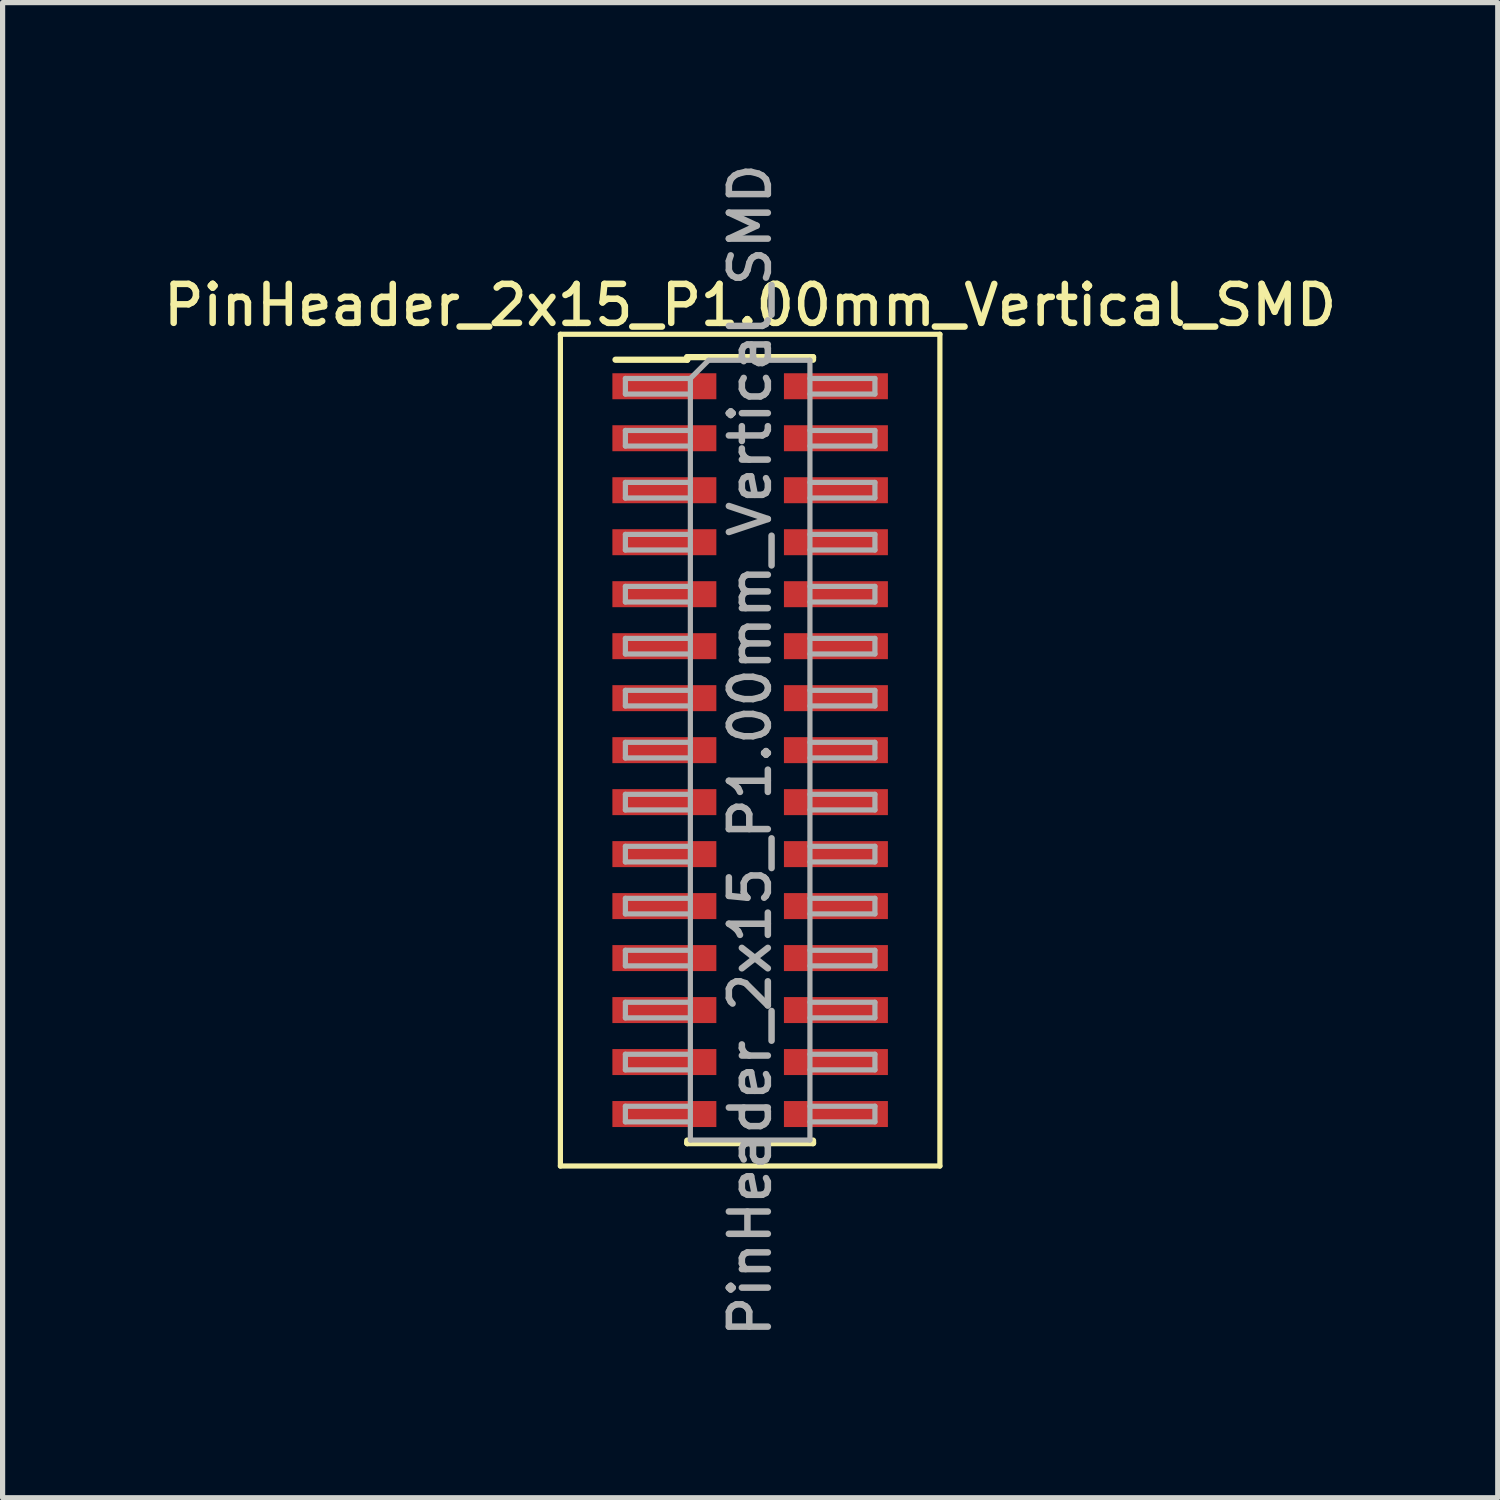
<source format=kicad_pcb>
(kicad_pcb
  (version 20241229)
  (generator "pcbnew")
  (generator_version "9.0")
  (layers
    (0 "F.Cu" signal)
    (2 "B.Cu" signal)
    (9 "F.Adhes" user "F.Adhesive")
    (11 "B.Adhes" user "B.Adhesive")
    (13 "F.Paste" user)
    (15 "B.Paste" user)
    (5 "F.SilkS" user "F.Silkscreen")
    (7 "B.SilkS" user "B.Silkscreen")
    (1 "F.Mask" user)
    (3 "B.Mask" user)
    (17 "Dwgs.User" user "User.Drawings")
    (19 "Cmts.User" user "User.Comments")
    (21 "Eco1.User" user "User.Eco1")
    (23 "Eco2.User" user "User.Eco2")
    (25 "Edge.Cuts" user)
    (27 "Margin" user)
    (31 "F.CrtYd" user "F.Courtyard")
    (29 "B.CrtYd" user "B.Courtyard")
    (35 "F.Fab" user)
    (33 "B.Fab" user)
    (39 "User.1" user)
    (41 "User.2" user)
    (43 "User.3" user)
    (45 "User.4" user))
  (footprint "PinHeader_2x15_P1.00mm_Vertical_SMD"
    (layer "F.Cu")
    (at 11.38 11.38)
    (property "Reference" "PinHeader_2x15_P1.00mm_Vertical_SMD" (at 0 -8.56 0) (layer "F.SilkS") (effects (font (size 0.75 0.75) (thickness 0.125))))
    (attr smd)
    (fp_line (start -3.65 -8) (end -3.65 8) (stroke (width 0.1) (type solid)) (layer "F.SilkS"))
    (fp_line (start -3.65 8) (end 3.65 8) (stroke (width 0.1) (type solid)) (layer "F.SilkS"))
    (fp_line (start -2.59 -7.51) (end -1.21 -7.51) (stroke (width 0.12) (type solid)) (layer "F.SilkS"))
    (fp_line (start -1.21 -7.56) (end -1.21 -7.51) (stroke (width 0.12) (type solid)) (layer "F.SilkS"))
    (fp_line (start -1.21 -7.56) (end 1.21 -7.56) (stroke (width 0.12) (type solid)) (layer "F.SilkS"))
    (fp_line (start -1.21 7.51) (end -1.21 7.56) (stroke (width 0.12) (type solid)) (layer "F.SilkS"))
    (fp_line (start -1.21 7.56) (end 1.21 7.56) (stroke (width 0.12) (type solid)) (layer "F.SilkS"))
    (fp_line (start 1.21 -7.56) (end 1.21 -7.51) (stroke (width 0.12) (type solid)) (layer "F.SilkS"))
    (fp_line (start 1.21 7.51) (end 1.21 7.56) (stroke (width 0.12) (type solid)) (layer "F.SilkS"))
    (fp_line (start 3.65 -8) (end -3.65 -8) (stroke (width 0.1) (type solid)) (layer "F.SilkS"))
    (fp_line (start 3.65 8) (end 3.65 -8) (stroke (width 0.1) (type solid)) (layer "F.SilkS"))
    (fp_line (start -2.4 -7.15) (end -2.4 -6.85) (stroke (width 0.1) (type solid)) (layer "F.Fab"))
    (fp_line (start -2.4 -6.85) (end -1.15 -6.85) (stroke (width 0.1) (type solid)) (layer "F.Fab"))
    (fp_line (start -2.4 -6.15) (end -2.4 -5.85) (stroke (width 0.1) (type solid)) (layer "F.Fab"))
    (fp_line (start -2.4 -5.85) (end -1.15 -5.85) (stroke (width 0.1) (type solid)) (layer "F.Fab"))
    (fp_line (start -2.4 -5.15) (end -2.4 -4.85) (stroke (width 0.1) (type solid)) (layer "F.Fab"))
    (fp_line (start -2.4 -4.85) (end -1.15 -4.85) (stroke (width 0.1) (type solid)) (layer "F.Fab"))
    (fp_line (start -2.4 -4.15) (end -2.4 -3.85) (stroke (width 0.1) (type solid)) (layer "F.Fab"))
    (fp_line (start -2.4 -3.85) (end -1.15 -3.85) (stroke (width 0.1) (type solid)) (layer "F.Fab"))
    (fp_line (start -2.4 -3.15) (end -2.4 -2.85) (stroke (width 0.1) (type solid)) (layer "F.Fab"))
    (fp_line (start -2.4 -2.85) (end -1.15 -2.85) (stroke (width 0.1) (type solid)) (layer "F.Fab"))
    (fp_line (start -2.4 -2.15) (end -2.4 -1.85) (stroke (width 0.1) (type solid)) (layer "F.Fab"))
    (fp_line (start -2.4 -1.85) (end -1.15 -1.85) (stroke (width 0.1) (type solid)) (layer "F.Fab"))
    (fp_line (start -2.4 -1.15) (end -2.4 -0.85) (stroke (width 0.1) (type solid)) (layer "F.Fab"))
    (fp_line (start -2.4 -0.85) (end -1.15 -0.85) (stroke (width 0.1) (type solid)) (layer "F.Fab"))
    (fp_line (start -2.4 -0.15) (end -2.4 0.15) (stroke (width 0.1) (type solid)) (layer "F.Fab"))
    (fp_line (start -2.4 0.15) (end -1.15 0.15) (stroke (width 0.1) (type solid)) (layer "F.Fab"))
    (fp_line (start -2.4 0.85) (end -2.4 1.15) (stroke (width 0.1) (type solid)) (layer "F.Fab"))
    (fp_line (start -2.4 1.15) (end -1.15 1.15) (stroke (width 0.1) (type solid)) (layer "F.Fab"))
    (fp_line (start -2.4 1.85) (end -2.4 2.15) (stroke (width 0.1) (type solid)) (layer "F.Fab"))
    (fp_line (start -2.4 2.15) (end -1.15 2.15) (stroke (width 0.1) (type solid)) (layer "F.Fab"))
    (fp_line (start -2.4 2.85) (end -2.4 3.15) (stroke (width 0.1) (type solid)) (layer "F.Fab"))
    (fp_line (start -2.4 3.15) (end -1.15 3.15) (stroke (width 0.1) (type solid)) (layer "F.Fab"))
    (fp_line (start -2.4 3.85) (end -2.4 4.15) (stroke (width 0.1) (type solid)) (layer "F.Fab"))
    (fp_line (start -2.4 4.15) (end -1.15 4.15) (stroke (width 0.1) (type solid)) (layer "F.Fab"))
    (fp_line (start -2.4 4.85) (end -2.4 5.15) (stroke (width 0.1) (type solid)) (layer "F.Fab"))
    (fp_line (start -2.4 5.15) (end -1.15 5.15) (stroke (width 0.1) (type solid)) (layer "F.Fab"))
    (fp_line (start -2.4 5.85) (end -2.4 6.15) (stroke (width 0.1) (type solid)) (layer "F.Fab"))
    (fp_line (start -2.4 6.15) (end -1.15 6.15) (stroke (width 0.1) (type solid)) (layer "F.Fab"))
    (fp_line (start -2.4 6.85) (end -2.4 7.15) (stroke (width 0.1) (type solid)) (layer "F.Fab"))
    (fp_line (start -2.4 7.15) (end -1.15 7.15) (stroke (width 0.1) (type solid)) (layer "F.Fab"))
    (fp_line (start -1.15 -7.15) (end -2.4 -7.15) (stroke (width 0.1) (type solid)) (layer "F.Fab"))
    (fp_line (start -1.15 -7.15) (end -0.8 -7.5) (stroke (width 0.1) (type solid)) (layer "F.Fab"))
    (fp_line (start -1.15 -6.15) (end -2.4 -6.15) (stroke (width 0.1) (type solid)) (layer "F.Fab"))
    (fp_line (start -1.15 -5.15) (end -2.4 -5.15) (stroke (width 0.1) (type solid)) (layer "F.Fab"))
    (fp_line (start -1.15 -4.15) (end -2.4 -4.15) (stroke (width 0.1) (type solid)) (layer "F.Fab"))
    (fp_line (start -1.15 -3.15) (end -2.4 -3.15) (stroke (width 0.1) (type solid)) (layer "F.Fab"))
    (fp_line (start -1.15 -2.15) (end -2.4 -2.15) (stroke (width 0.1) (type solid)) (layer "F.Fab"))
    (fp_line (start -1.15 -1.15) (end -2.4 -1.15) (stroke (width 0.1) (type solid)) (layer "F.Fab"))
    (fp_line (start -1.15 -0.15) (end -2.4 -0.15) (stroke (width 0.1) (type solid)) (layer "F.Fab"))
    (fp_line (start -1.15 0.85) (end -2.4 0.85) (stroke (width 0.1) (type solid)) (layer "F.Fab"))
    (fp_line (start -1.15 1.85) (end -2.4 1.85) (stroke (width 0.1) (type solid)) (layer "F.Fab"))
    (fp_line (start -1.15 2.85) (end -2.4 2.85) (stroke (width 0.1) (type solid)) (layer "F.Fab"))
    (fp_line (start -1.15 3.85) (end -2.4 3.85) (stroke (width 0.1) (type solid)) (layer "F.Fab"))
    (fp_line (start -1.15 4.85) (end -2.4 4.85) (stroke (width 0.1) (type solid)) (layer "F.Fab"))
    (fp_line (start -1.15 5.85) (end -2.4 5.85) (stroke (width 0.1) (type solid)) (layer "F.Fab"))
    (fp_line (start -1.15 6.85) (end -2.4 6.85) (stroke (width 0.1) (type solid)) (layer "F.Fab"))
    (fp_line (start -1.15 7.5) (end -1.15 -7.15) (stroke (width 0.1) (type solid)) (layer "F.Fab"))
    (fp_line (start -0.8 -7.5) (end 1.15 -7.5) (stroke (width 0.1) (type solid)) (layer "F.Fab"))
    (fp_line (start 1.15 -7.5) (end 1.15 7.5) (stroke (width 0.1) (type solid)) (layer "F.Fab"))
    (fp_line (start 1.15 -7.15) (end 2.4 -7.15) (stroke (width 0.1) (type solid)) (layer "F.Fab"))
    (fp_line (start 1.15 -6.15) (end 2.4 -6.15) (stroke (width 0.1) (type solid)) (layer "F.Fab"))
    (fp_line (start 1.15 -5.15) (end 2.4 -5.15) (stroke (width 0.1) (type solid)) (layer "F.Fab"))
    (fp_line (start 1.15 -4.15) (end 2.4 -4.15) (stroke (width 0.1) (type solid)) (layer "F.Fab"))
    (fp_line (start 1.15 -3.15) (end 2.4 -3.15) (stroke (width 0.1) (type solid)) (layer "F.Fab"))
    (fp_line (start 1.15 -2.15) (end 2.4 -2.15) (stroke (width 0.1) (type solid)) (layer "F.Fab"))
    (fp_line (start 1.15 -1.15) (end 2.4 -1.15) (stroke (width 0.1) (type solid)) (layer "F.Fab"))
    (fp_line (start 1.15 -0.15) (end 2.4 -0.15) (stroke (width 0.1) (type solid)) (layer "F.Fab"))
    (fp_line (start 1.15 0.85) (end 2.4 0.85) (stroke (width 0.1) (type solid)) (layer "F.Fab"))
    (fp_line (start 1.15 1.85) (end 2.4 1.85) (stroke (width 0.1) (type solid)) (layer "F.Fab"))
    (fp_line (start 1.15 2.85) (end 2.4 2.85) (stroke (width 0.1) (type solid)) (layer "F.Fab"))
    (fp_line (start 1.15 3.85) (end 2.4 3.85) (stroke (width 0.1) (type solid)) (layer "F.Fab"))
    (fp_line (start 1.15 4.85) (end 2.4 4.85) (stroke (width 0.1) (type solid)) (layer "F.Fab"))
    (fp_line (start 1.15 5.85) (end 2.4 5.85) (stroke (width 0.1) (type solid)) (layer "F.Fab"))
    (fp_line (start 1.15 6.85) (end 2.4 6.85) (stroke (width 0.1) (type solid)) (layer "F.Fab"))
    (fp_line (start 1.15 7.5) (end -1.15 7.5) (stroke (width 0.1) (type solid)) (layer "F.Fab"))
    (fp_line (start 2.4 -7.15) (end 2.4 -6.85) (stroke (width 0.1) (type solid)) (layer "F.Fab"))
    (fp_line (start 2.4 -6.85) (end 1.15 -6.85) (stroke (width 0.1) (type solid)) (layer "F.Fab"))
    (fp_line (start 2.4 -6.15) (end 2.4 -5.85) (stroke (width 0.1) (type solid)) (layer "F.Fab"))
    (fp_line (start 2.4 -5.85) (end 1.15 -5.85) (stroke (width 0.1) (type solid)) (layer "F.Fab"))
    (fp_line (start 2.4 -5.15) (end 2.4 -4.85) (stroke (width 0.1) (type solid)) (layer "F.Fab"))
    (fp_line (start 2.4 -4.85) (end 1.15 -4.85) (stroke (width 0.1) (type solid)) (layer "F.Fab"))
    (fp_line (start 2.4 -4.15) (end 2.4 -3.85) (stroke (width 0.1) (type solid)) (layer "F.Fab"))
    (fp_line (start 2.4 -3.85) (end 1.15 -3.85) (stroke (width 0.1) (type solid)) (layer "F.Fab"))
    (fp_line (start 2.4 -3.15) (end 2.4 -2.85) (stroke (width 0.1) (type solid)) (layer "F.Fab"))
    (fp_line (start 2.4 -2.85) (end 1.15 -2.85) (stroke (width 0.1) (type solid)) (layer "F.Fab"))
    (fp_line (start 2.4 -2.15) (end 2.4 -1.85) (stroke (width 0.1) (type solid)) (layer "F.Fab"))
    (fp_line (start 2.4 -1.85) (end 1.15 -1.85) (stroke (width 0.1) (type solid)) (layer "F.Fab"))
    (fp_line (start 2.4 -1.15) (end 2.4 -0.85) (stroke (width 0.1) (type solid)) (layer "F.Fab"))
    (fp_line (start 2.4 -0.85) (end 1.15 -0.85) (stroke (width 0.1) (type solid)) (layer "F.Fab"))
    (fp_line (start 2.4 -0.15) (end 2.4 0.15) (stroke (width 0.1) (type solid)) (layer "F.Fab"))
    (fp_line (start 2.4 0.15) (end 1.15 0.15) (stroke (width 0.1) (type solid)) (layer "F.Fab"))
    (fp_line (start 2.4 0.85) (end 2.4 1.15) (stroke (width 0.1) (type solid)) (layer "F.Fab"))
    (fp_line (start 2.4 1.15) (end 1.15 1.15) (stroke (width 0.1) (type solid)) (layer "F.Fab"))
    (fp_line (start 2.4 1.85) (end 2.4 2.15) (stroke (width 0.1) (type solid)) (layer "F.Fab"))
    (fp_line (start 2.4 2.15) (end 1.15 2.15) (stroke (width 0.1) (type solid)) (layer "F.Fab"))
    (fp_line (start 2.4 2.85) (end 2.4 3.15) (stroke (width 0.1) (type solid)) (layer "F.Fab"))
    (fp_line (start 2.4 3.15) (end 1.15 3.15) (stroke (width 0.1) (type solid)) (layer "F.Fab"))
    (fp_line (start 2.4 3.85) (end 2.4 4.15) (stroke (width 0.1) (type solid)) (layer "F.Fab"))
    (fp_line (start 2.4 4.15) (end 1.15 4.15) (stroke (width 0.1) (type solid)) (layer "F.Fab"))
    (fp_line (start 2.4 4.85) (end 2.4 5.15) (stroke (width 0.1) (type solid)) (layer "F.Fab"))
    (fp_line (start 2.4 5.15) (end 1.15 5.15) (stroke (width 0.1) (type solid)) (layer "F.Fab"))
    (fp_line (start 2.4 5.85) (end 2.4 6.15) (stroke (width 0.1) (type solid)) (layer "F.Fab"))
    (fp_line (start 2.4 6.15) (end 1.15 6.15) (stroke (width 0.1) (type solid)) (layer "F.Fab"))
    (fp_line (start 2.4 6.85) (end 2.4 7.15) (stroke (width 0.1) (type solid)) (layer "F.Fab"))
    (fp_line (start 2.4 7.15) (end 1.15 7.15) (stroke (width 0.1) (type solid)) (layer "F.Fab"))
    (fp_text user "${REFERENCE}" (at 0 0 90) (layer "F.Fab") (effects (font (size 0.75 0.75) (thickness 0.125))))
    (pad "1" smd rect (at -1.65 -7) (size 2 0.5) (layers "F.Cu" "F.Mask" "F.Paste"))
    (pad "2" smd rect (at 1.65 -7) (size 2 0.5) (layers "F.Cu" "F.Mask" "F.Paste"))
    (pad "3" smd rect (at -1.65 -6) (size 2 0.5) (layers "F.Cu" "F.Mask" "F.Paste"))
    (pad "4" smd rect (at 1.65 -6) (size 2 0.5) (layers "F.Cu" "F.Mask" "F.Paste"))
    (pad "5" smd rect (at -1.65 -5) (size 2 0.5) (layers "F.Cu" "F.Mask" "F.Paste"))
    (pad "6" smd rect (at 1.65 -5) (size 2 0.5) (layers "F.Cu" "F.Mask" "F.Paste"))
    (pad "7" smd rect (at -1.65 -4) (size 2 0.5) (layers "F.Cu" "F.Mask" "F.Paste"))
    (pad "8" smd rect (at 1.65 -4) (size 2 0.5) (layers "F.Cu" "F.Mask" "F.Paste"))
    (pad "9" smd rect (at -1.65 -3) (size 2 0.5) (layers "F.Cu" "F.Mask" "F.Paste"))
    (pad "10" smd rect (at 1.65 -3) (size 2 0.5) (layers "F.Cu" "F.Mask" "F.Paste"))
    (pad "11" smd rect (at -1.65 -2) (size 2 0.5) (layers "F.Cu" "F.Mask" "F.Paste"))
    (pad "12" smd rect (at 1.65 -2) (size 2 0.5) (layers "F.Cu" "F.Mask" "F.Paste"))
    (pad "13" smd rect (at -1.65 -1) (size 2 0.5) (layers "F.Cu" "F.Mask" "F.Paste"))
    (pad "14" smd rect (at 1.65 -1) (size 2 0.5) (layers "F.Cu" "F.Mask" "F.Paste"))
    (pad "15" smd rect (at -1.65 0) (size 2 0.5) (layers "F.Cu" "F.Mask" "F.Paste"))
    (pad "16" smd rect (at 1.65 0) (size 2 0.5) (layers "F.Cu" "F.Mask" "F.Paste"))
    (pad "17" smd rect (at -1.65 1) (size 2 0.5) (layers "F.Cu" "F.Mask" "F.Paste"))
    (pad "18" smd rect (at 1.65 1) (size 2 0.5) (layers "F.Cu" "F.Mask" "F.Paste"))
    (pad "19" smd rect (at -1.65 2) (size 2 0.5) (layers "F.Cu" "F.Mask" "F.Paste"))
    (pad "20" smd rect (at 1.65 2) (size 2 0.5) (layers "F.Cu" "F.Mask" "F.Paste"))
    (pad "21" smd rect (at -1.65 3) (size 2 0.5) (layers "F.Cu" "F.Mask" "F.Paste"))
    (pad "22" smd rect (at 1.65 3) (size 2 0.5) (layers "F.Cu" "F.Mask" "F.Paste"))
    (pad "23" smd rect (at -1.65 4) (size 2 0.5) (layers "F.Cu" "F.Mask" "F.Paste"))
    (pad "24" smd rect (at 1.65 4) (size 2 0.5) (layers "F.Cu" "F.Mask" "F.Paste"))
    (pad "25" smd rect (at -1.65 5) (size 2 0.5) (layers "F.Cu" "F.Mask" "F.Paste"))
    (pad "26" smd rect (at 1.65 5) (size 2 0.5) (layers "F.Cu" "F.Mask" "F.Paste"))
    (pad "27" smd rect (at -1.65 6) (size 2 0.5) (layers "F.Cu" "F.Mask" "F.Paste"))
    (pad "28" smd rect (at 1.65 6) (size 2 0.5) (layers "F.Cu" "F.Mask" "F.Paste"))
    (pad "29" smd rect (at -1.65 7) (size 2 0.5) (layers "F.Cu" "F.Mask" "F.Paste"))
    (pad "30" smd rect (at 1.65 7) (size 2 0.5) (layers "F.Cu" "F.Mask" "F.Paste")))
  (gr_rect
    (start -3 -3)
    (end 25.761 25.761)
    (stroke (width 0.1) (type default))
    (fill no)
    (layer "Edge.Cuts")))
</source>
